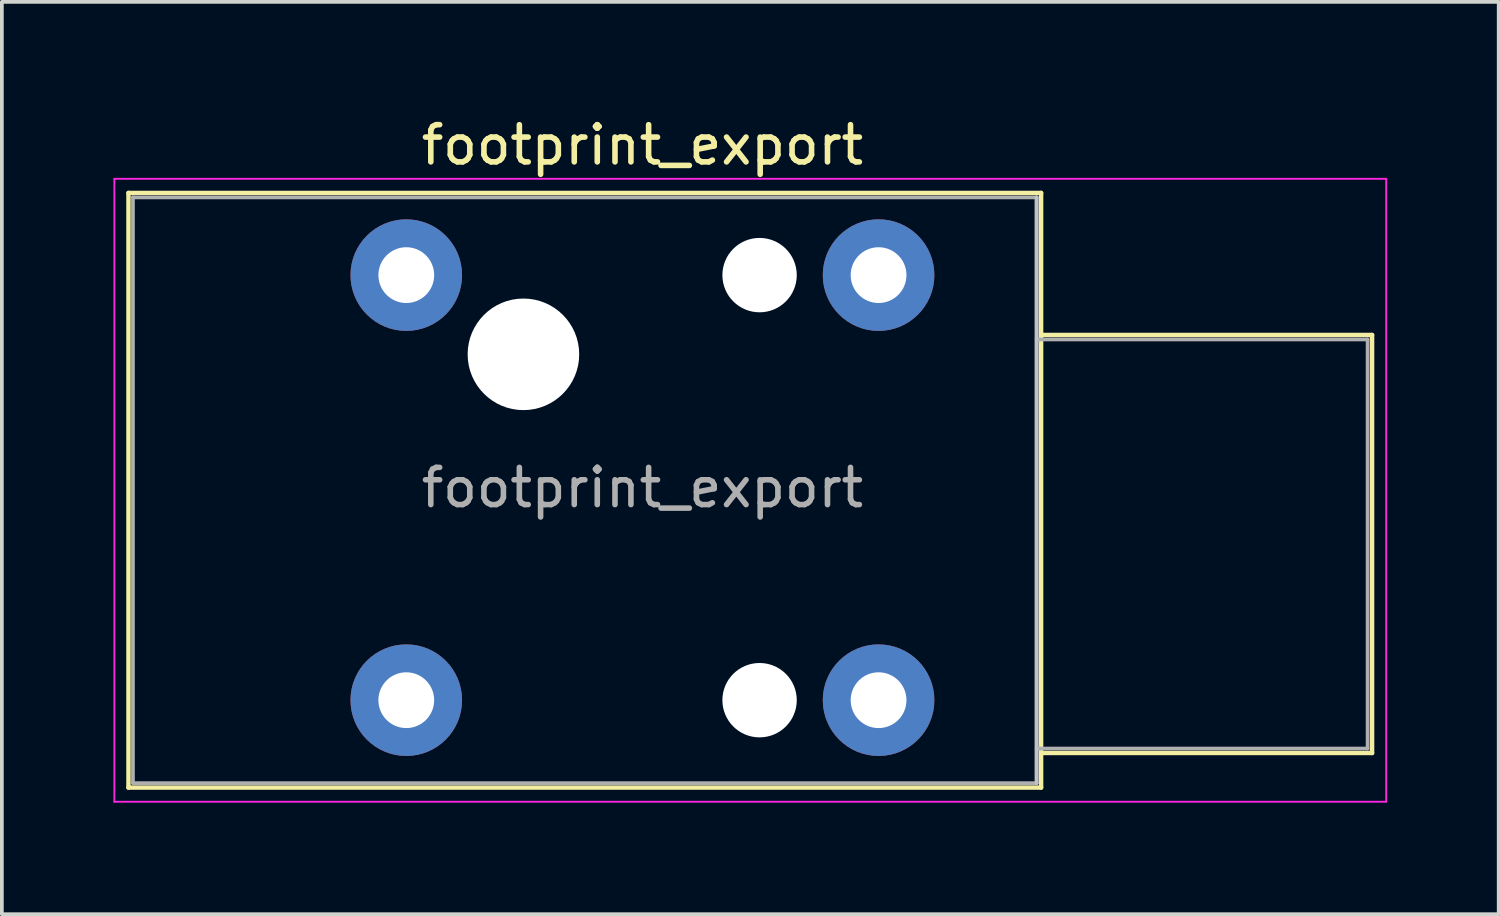
<source format=kicad_pcb>
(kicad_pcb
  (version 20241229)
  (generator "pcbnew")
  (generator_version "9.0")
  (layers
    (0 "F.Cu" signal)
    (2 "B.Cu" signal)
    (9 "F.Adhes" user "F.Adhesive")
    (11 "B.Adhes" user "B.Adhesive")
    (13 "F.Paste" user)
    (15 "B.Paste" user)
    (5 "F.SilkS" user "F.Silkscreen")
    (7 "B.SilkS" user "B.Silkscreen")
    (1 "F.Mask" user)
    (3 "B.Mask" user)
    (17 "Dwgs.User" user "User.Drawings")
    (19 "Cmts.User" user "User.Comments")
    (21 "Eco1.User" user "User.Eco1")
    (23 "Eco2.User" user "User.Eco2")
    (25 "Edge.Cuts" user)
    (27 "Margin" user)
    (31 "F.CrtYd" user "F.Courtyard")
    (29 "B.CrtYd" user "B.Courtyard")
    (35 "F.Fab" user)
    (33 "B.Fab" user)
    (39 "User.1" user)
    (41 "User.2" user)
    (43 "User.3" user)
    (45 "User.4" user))
  (footprint "footprint_export"
    (layer "F.Cu")
    (at 7.875 4.348)
    (property "Reference" "footprint_export" (at 6.35 -3.5 0) (layer "F.SilkS") (effects (font (size 1 1) (thickness 0.15))))
    (attr through_hole)
    (fp_line (start -7.47 -2.21) (end 17.07 -2.21) (stroke (width 0.12) (type solid)) (layer "F.SilkS"))
    (fp_line (start -7.47 13.78) (end -7.47 -2.21) (stroke (width 0.12) (type solid)) (layer "F.SilkS"))
    (fp_line (start -7.47 13.78) (end 17.07 13.78) (stroke (width 0.12) (type solid)) (layer "F.SilkS"))
    (fp_line (start 17.07 -2.21) (end 17.07 13.78) (stroke (width 0.12) (type solid)) (layer "F.SilkS"))
    (fp_line (start 25.97 1.61) (end 17.07 1.61) (stroke (width 0.12) (type solid)) (layer "F.SilkS"))
    (fp_line (start 25.97 12.85) (end 17.07 12.85) (stroke (width 0.12) (type solid)) (layer "F.SilkS"))
    (fp_line (start 25.97 12.85) (end 25.97 1.61) (stroke (width 0.12) (type solid)) (layer "F.SilkS"))
    (fp_line (start 16.95 -2.09) (end 16.95 13.66) (stroke (width 0.1) (type solid)) (layer "Dwgs.User"))
    (fp_line (start -7.85 14.16) (end -7.85 -2.59) (stroke (width 0.05) (type solid)) (layer "F.CrtYd"))
    (fp_line (start -7.85 14.16) (end 26.35 14.16) (stroke (width 0.05) (type solid)) (layer "F.CrtYd"))
    (fp_line (start 26.35 -2.59) (end -7.85 -2.59) (stroke (width 0.05) (type solid)) (layer "F.CrtYd"))
    (fp_line (start 26.35 14.16) (end 26.35 -2.59) (stroke (width 0.05) (type solid)) (layer "F.CrtYd"))
    (fp_line (start -7.35 -2.09) (end 16.95 -2.09) (stroke (width 0.1) (type solid)) (layer "F.Fab"))
    (fp_line (start -7.35 13.66) (end -7.35 -2.09) (stroke (width 0.1) (type solid)) (layer "F.Fab"))
    (fp_line (start 16.95 -2.09) (end 16.95 13.66) (stroke (width 0.1) (type solid)) (layer "F.Fab"))
    (fp_line (start 16.95 12.73) (end 25.85 12.73) (stroke (width 0.1) (type solid)) (layer "F.Fab"))
    (fp_line (start 16.95 13.66) (end -7.35 13.66) (stroke (width 0.1) (type solid)) (layer "F.Fab"))
    (fp_line (start 25.85 1.73) (end 16.95 1.73) (stroke (width 0.1) (type solid)) (layer "F.Fab"))
    (fp_line (start 25.85 12.73) (end 25.85 1.73) (stroke (width 0.1) (type solid)) (layer "F.Fab"))
    (fp_text user "${REFERENCE}" (at 6.35 5.715 0) (layer "F.Fab") (effects (font (size 1 1) (thickness 0.15))))
    (pad "" np_thru_hole circle (at 3.15 2.13) (size 3 3) (drill 3) (layers "*.Cu" "*.Mask"))
    (pad "" np_thru_hole circle (at 9.5 0) (size 2 2) (drill 2) (layers "*.Cu" "*.Mask"))
    (pad "" np_thru_hole circle (at 9.5 11.43) (size 2 2) (drill 2) (layers "*.Cu" "*.Mask"))
    (pad "G" thru_hole circle (at 12.7 11.43) (size 3 3) (drill 1.5) (layers "*.Cu" "*.Mask"))
    (pad "S" thru_hole circle (at 12.7 0) (size 3 3) (drill 1.5) (layers "*.Cu" "*.Mask"))
    (pad "T" thru_hole circle (at 0 0) (size 3 3) (drill 1.5) (layers "*.Cu" "*.Mask"))
    (pad "TN" thru_hole circle (at 0 11.43) (size 3 3) (drill 1.5) (layers "*.Cu" "*.Mask")))
  (gr_rect
    (start -3 -3)
    (end 37.25 21.533)
    (stroke (width 0.1) (type default))
    (fill no)
    (layer "Edge.Cuts")))
</source>
